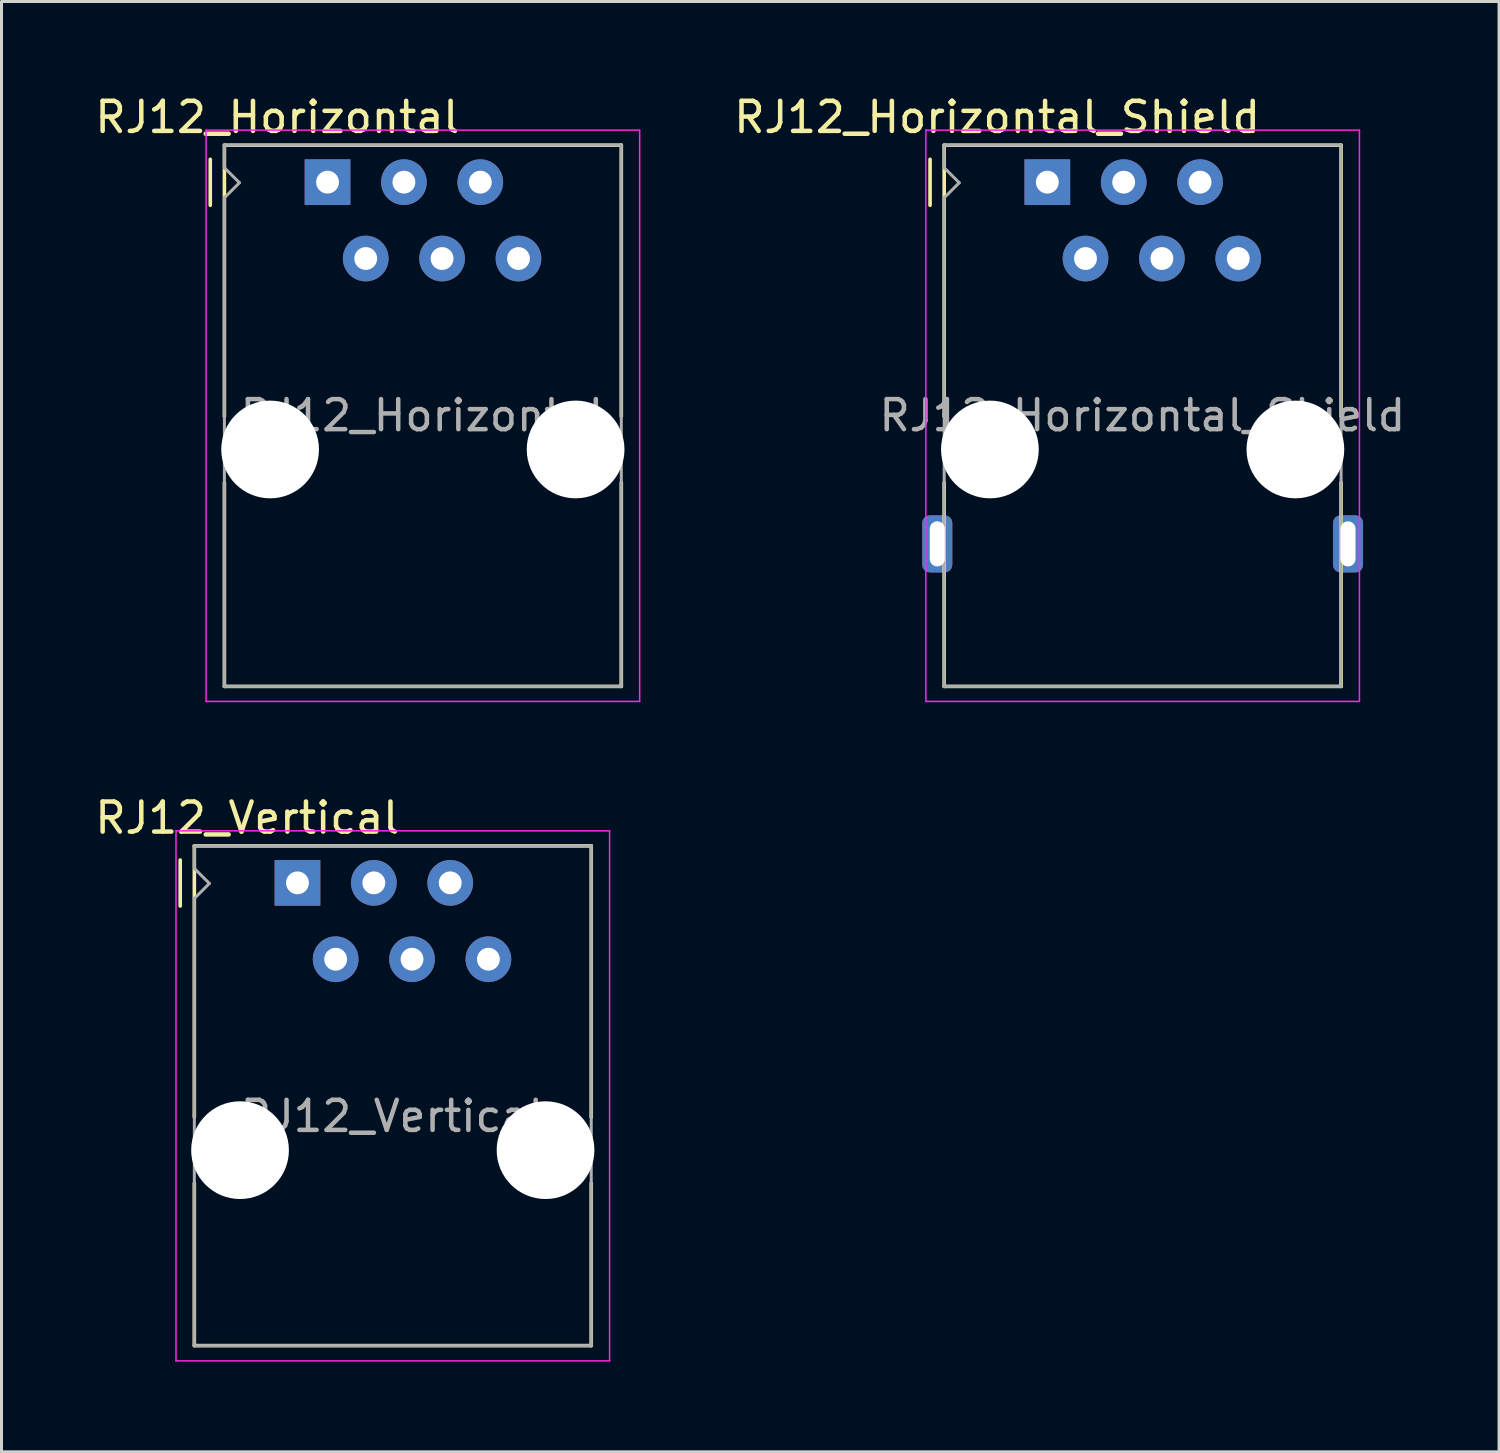
<source format=kicad_pcb>
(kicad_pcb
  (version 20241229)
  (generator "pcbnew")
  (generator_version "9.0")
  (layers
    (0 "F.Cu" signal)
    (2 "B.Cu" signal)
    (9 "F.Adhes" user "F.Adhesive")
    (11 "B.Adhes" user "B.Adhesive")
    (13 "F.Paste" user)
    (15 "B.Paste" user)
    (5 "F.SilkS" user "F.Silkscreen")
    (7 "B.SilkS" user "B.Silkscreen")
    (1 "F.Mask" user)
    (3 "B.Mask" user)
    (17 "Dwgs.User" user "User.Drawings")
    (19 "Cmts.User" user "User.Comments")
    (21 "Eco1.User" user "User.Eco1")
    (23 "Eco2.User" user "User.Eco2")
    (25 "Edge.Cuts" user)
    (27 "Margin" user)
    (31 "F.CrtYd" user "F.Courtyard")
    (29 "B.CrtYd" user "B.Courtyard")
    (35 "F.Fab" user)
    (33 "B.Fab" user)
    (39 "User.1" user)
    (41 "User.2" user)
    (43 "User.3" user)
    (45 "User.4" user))
  (footprint "RJ12_Vertical"
    (layer "F.Cu")
    (at 10.013 34.081)
    (property "Reference" "RJ12_Vertical" (at -4.84 -9.93 0) (layer "F.SilkS") (effects (font (size 1 1) (thickness 0.15))))
    (attr through_hole)
    (fp_line (start -7.07 -7) (end -7.07 -8.53) (stroke (width 0.12) (type solid)) (layer "F.SilkS"))
    (fp_line (start -6.6 -9) (end 6.6 -9) (stroke (width 0.12) (type solid)) (layer "F.SilkS"))
    (fp_line (start -6.6 -0.05) (end -6.6 0.02) (stroke (width 0.1) (type solid)) (layer "F.SilkS"))
    (fp_line (start -6.6 0.02) (end -6.6 -9) (stroke (width 0.12) (type solid)) (layer "F.SilkS"))
    (fp_line (start -6.6 7.62) (end -6.6 2.22) (stroke (width 0.12) (type solid)) (layer "F.SilkS"))
    (fp_line (start 6.6 -9) (end 6.6 0.02) (stroke (width 0.12) (type solid)) (layer "F.SilkS"))
    (fp_line (start 6.6 7.62) (end -6.6 7.62) (stroke (width 0.12) (type solid)) (layer "F.SilkS"))
    (fp_line (start 6.6 7.62) (end 6.6 2.22) (stroke (width 0.12) (type solid)) (layer "F.SilkS"))
    (fp_line (start -7.21 -9.5) (end 7.21 -9.5) (stroke (width 0.05) (type solid)) (layer "F.CrtYd"))
    (fp_line (start -7.21 8.128) (end -7.21 -9.5) (stroke (width 0.05) (type solid)) (layer "F.CrtYd"))
    (fp_line (start 7.21 -9.5) (end 7.21 8.128) (stroke (width 0.05) (type solid)) (layer "F.CrtYd"))
    (fp_line (start 7.21 8.128) (end -7.21 8.128) (stroke (width 0.05) (type solid)) (layer "F.CrtYd"))
    (fp_line (start -6.6 -9) (end 6.6 -9) (stroke (width 0.1) (type solid)) (layer "F.Fab"))
    (fp_line (start -6.6 -8.25) (end -6.6 -9) (stroke (width 0.1) (type solid)) (layer "F.Fab"))
    (fp_line (start -6.6 -7.25) (end -6.1 -7.75) (stroke (width 0.1) (type solid)) (layer "F.Fab"))
    (fp_line (start -6.6 7.62) (end -6.6 -7.25) (stroke (width 0.1) (type solid)) (layer "F.Fab"))
    (fp_line (start -6.1 -7.75) (end -6.6 -8.25) (stroke (width 0.1) (type solid)) (layer "F.Fab"))
    (fp_line (start 6.6 -9) (end 6.6 7.62) (stroke (width 0.1) (type solid)) (layer "F.Fab"))
    (fp_line (start 6.6 7.62) (end -6.6 7.62) (stroke (width 0.1) (type solid)) (layer "F.Fab"))
    (fp_text user "${REFERENCE}" (at -0.01 -0.01 0) (layer "F.Fab") (effects (font (size 1 1) (thickness 0.15))))
    (pad "" np_thru_hole circle (at -5.08 1.12) (size 3.25 3.25) (drill 3.25) (layers "*.Cu" "*.Mask"))
    (pad "" np_thru_hole circle (at 5.08 1.12) (size 3.25 3.25) (drill 3.25) (layers "*.Cu" "*.Mask"))
    (pad "1" thru_hole rect (at -3.17 -7.77) (size 1.52 1.52) (drill 0.76) (layers "*.Cu" "*.Mask"))
    (pad "2" thru_hole circle (at -1.9 -5.23) (size 1.52 1.52) (drill 0.76) (layers "*.Cu" "*.Mask"))
    (pad "3" thru_hole circle (at -0.63 -7.77) (size 1.52 1.52) (drill 0.76) (layers "*.Cu" "*.Mask"))
    (pad "4" thru_hole circle (at 0.64 -5.23) (size 1.52 1.52) (drill 0.76) (layers "*.Cu" "*.Mask"))
    (pad "5" thru_hole circle (at 1.91 -7.77) (size 1.52 1.52) (drill 0.76) (layers "*.Cu" "*.Mask"))
    (pad "6" thru_hole circle (at 3.18 -5.23) (size 1.52 1.52) (drill 0.76) (layers "*.Cu" "*.Mask")))
  (footprint "RJ12_Horizontal_Shield"
    (layer "F.Cu")
    (at 34.951 10.778)
    (property "Reference" "RJ12_Horizontal_Shield" (at -4.84 -9.93 0) (layer "F.SilkS") (effects (font (size 1 1) (thickness 0.15))))
    (attr through_hole)
    (fp_line (start -7.07 -7) (end -7.07 -8.53) (stroke (width 0.12) (type solid)) (layer "F.SilkS"))
    (fp_line (start -6.6 -9) (end 6.6 -9) (stroke (width 0.12) (type solid)) (layer "F.SilkS"))
    (fp_line (start -6.6 -0.05) (end -6.6 0.02) (stroke (width 0.1) (type solid)) (layer "F.SilkS"))
    (fp_line (start -6.6 0.02) (end -6.6 -9) (stroke (width 0.12) (type solid)) (layer "F.SilkS"))
    (fp_line (start -6.6 9) (end -6.6 2.22) (stroke (width 0.12) (type solid)) (layer "F.SilkS"))
    (fp_line (start 6.6 -9) (end 6.6 0.02) (stroke (width 0.12) (type solid)) (layer "F.SilkS"))
    (fp_line (start 6.6 8.88) (end 6.6 9) (stroke (width 0.1) (type solid)) (layer "F.SilkS"))
    (fp_line (start 6.6 8.99) (end 6.6 9) (stroke (width 0.1) (type solid)) (layer "F.SilkS"))
    (fp_line (start 6.6 9) (end -6.6 9) (stroke (width 0.12) (type solid)) (layer "F.SilkS"))
    (fp_line (start 6.6 9) (end 6.6 2.22) (stroke (width 0.12) (type solid)) (layer "F.SilkS"))
    (fp_line (start -7.21 -9.5) (end 7.21 -9.5) (stroke (width 0.05) (type solid)) (layer "F.CrtYd"))
    (fp_line (start -7.21 9.5) (end -7.21 -9.5) (stroke (width 0.05) (type solid)) (layer "F.CrtYd"))
    (fp_line (start 7.21 -9.5) (end 7.21 9.5) (stroke (width 0.05) (type solid)) (layer "F.CrtYd"))
    (fp_line (start 7.21 9.5) (end -7.21 9.5) (stroke (width 0.05) (type solid)) (layer "F.CrtYd"))
    (fp_line (start -6.6 -9) (end 6.6 -9) (stroke (width 0.1) (type solid)) (layer "F.Fab"))
    (fp_line (start -6.6 -8.25) (end -6.6 -9) (stroke (width 0.1) (type solid)) (layer "F.Fab"))
    (fp_line (start -6.6 -7.25) (end -6.1 -7.75) (stroke (width 0.1) (type solid)) (layer "F.Fab"))
    (fp_line (start -6.6 9) (end -6.6 -7.25) (stroke (width 0.1) (type solid)) (layer "F.Fab"))
    (fp_line (start -6.1 -7.75) (end -6.6 -8.25) (stroke (width 0.1) (type solid)) (layer "F.Fab"))
    (fp_line (start 6.6 -9) (end 6.6 9) (stroke (width 0.1) (type solid)) (layer "F.Fab"))
    (fp_line (start 6.6 9) (end -6.6 9) (stroke (width 0.1) (type solid)) (layer "F.Fab"))
    (fp_text user "${REFERENCE}" (at -0.01 -0.01 0) (layer "F.Fab") (effects (font (size 1 1) (thickness 0.15))))
    (pad "" np_thru_hole circle (at -5.08 1.12) (size 3.25 3.25) (drill 3.25) (layers "*.Cu" "*.Mask"))
    (pad "" np_thru_hole circle (at 5.08 1.12) (size 3.25 3.25) (drill 3.25) (layers "*.Cu" "*.Mask"))
    (pad "1" thru_hole rect (at -3.17 -7.77) (size 1.52 1.52) (drill 0.76) (layers "*.Cu" "*.Mask"))
    (pad "2" thru_hole circle (at -1.9 -5.23) (size 1.52 1.52) (drill 0.76) (layers "*.Cu" "*.Mask"))
    (pad "3" thru_hole circle (at -0.63 -7.77) (size 1.52 1.52) (drill 0.76) (layers "*.Cu" "*.Mask"))
    (pad "4" thru_hole circle (at 0.64 -5.23) (size 1.52 1.52) (drill 0.76) (layers "*.Cu" "*.Mask"))
    (pad "5" thru_hole circle (at 1.91 -7.77) (size 1.52 1.52) (drill 0.76) (layers "*.Cu" "*.Mask"))
    (pad "6" thru_hole circle (at 3.18 -5.23) (size 1.52 1.52) (drill 0.76) (layers "*.Cu" "*.Mask"))
    (pad "7" thru_hole roundrect (at -6.83 4.26) (size 1 1.9) (drill oval 0.5 1.5) (layers "*.Cu" "*.Mask") (roundrect_rratio 0.25))
    (pad "7" thru_hole roundrect (at 6.83 4.26) (size 1 1.9) (drill oval 0.5 1.5) (layers "*.Cu" "*.Mask") (roundrect_rratio 0.25)))
  (footprint "RJ12_Horizontal"
    (layer "F.Cu")
    (at 11.013 10.778)
    (property "Reference" "RJ12_Horizontal" (at -4.84 -9.93 0) (layer "F.SilkS") (effects (font (size 1 1) (thickness 0.15))))
    (attr through_hole)
    (fp_line (start -7.07 -7) (end -7.07 -8.53) (stroke (width 0.12) (type solid)) (layer "F.SilkS"))
    (fp_line (start -6.6 -9) (end 6.6 -9) (stroke (width 0.12) (type solid)) (layer "F.SilkS"))
    (fp_line (start -6.6 -0.05) (end -6.6 0.02) (stroke (width 0.1) (type solid)) (layer "F.SilkS"))
    (fp_line (start -6.6 0.02) (end -6.6 -9) (stroke (width 0.12) (type solid)) (layer "F.SilkS"))
    (fp_line (start -6.6 9) (end -6.6 2.22) (stroke (width 0.12) (type solid)) (layer "F.SilkS"))
    (fp_line (start 6.6 -9) (end 6.6 0.02) (stroke (width 0.12) (type solid)) (layer "F.SilkS"))
    (fp_line (start 6.6 8.88) (end 6.6 9) (stroke (width 0.1) (type solid)) (layer "F.SilkS"))
    (fp_line (start 6.6 8.99) (end 6.6 9) (stroke (width 0.1) (type solid)) (layer "F.SilkS"))
    (fp_line (start 6.6 9) (end -6.6 9) (stroke (width 0.12) (type solid)) (layer "F.SilkS"))
    (fp_line (start 6.6 9) (end 6.6 2.22) (stroke (width 0.12) (type solid)) (layer "F.SilkS"))
    (fp_line (start -7.21 -9.5) (end 7.21 -9.5) (stroke (width 0.05) (type solid)) (layer "F.CrtYd"))
    (fp_line (start -7.21 9.5) (end -7.21 -9.5) (stroke (width 0.05) (type solid)) (layer "F.CrtYd"))
    (fp_line (start 7.21 -9.5) (end 7.21 9.5) (stroke (width 0.05) (type solid)) (layer "F.CrtYd"))
    (fp_line (start 7.21 9.5) (end -7.21 9.5) (stroke (width 0.05) (type solid)) (layer "F.CrtYd"))
    (fp_line (start -6.6 -9) (end 6.6 -9) (stroke (width 0.1) (type solid)) (layer "F.Fab"))
    (fp_line (start -6.6 -8.25) (end -6.6 -9) (stroke (width 0.1) (type solid)) (layer "F.Fab"))
    (fp_line (start -6.6 -7.25) (end -6.1 -7.75) (stroke (width 0.1) (type solid)) (layer "F.Fab"))
    (fp_line (start -6.6 9) (end -6.6 -7.25) (stroke (width 0.1) (type solid)) (layer "F.Fab"))
    (fp_line (start -6.1 -7.75) (end -6.6 -8.25) (stroke (width 0.1) (type solid)) (layer "F.Fab"))
    (fp_line (start 6.6 -9) (end 6.6 9) (stroke (width 0.1) (type solid)) (layer "F.Fab"))
    (fp_line (start 6.6 9) (end -6.6 9) (stroke (width 0.1) (type solid)) (layer "F.Fab"))
    (fp_text user "${REFERENCE}" (at -0.01 -0.01 0) (layer "F.Fab") (effects (font (size 1 1) (thickness 0.15))))
    (pad "" np_thru_hole circle (at -5.08 1.12) (size 3.25 3.25) (drill 3.25) (layers "*.Cu" "*.Mask"))
    (pad "" np_thru_hole circle (at 5.08 1.12) (size 3.25 3.25) (drill 3.25) (layers "*.Cu" "*.Mask"))
    (pad "1" thru_hole rect (at -3.17 -7.77) (size 1.52 1.52) (drill 0.76) (layers "*.Cu" "*.Mask"))
    (pad "2" thru_hole circle (at -1.9 -5.23) (size 1.52 1.52) (drill 0.76) (layers "*.Cu" "*.Mask"))
    (pad "3" thru_hole circle (at -0.63 -7.77) (size 1.52 1.52) (drill 0.76) (layers "*.Cu" "*.Mask"))
    (pad "4" thru_hole circle (at 0.64 -5.23) (size 1.52 1.52) (drill 0.76) (layers "*.Cu" "*.Mask"))
    (pad "5" thru_hole circle (at 1.91 -7.77) (size 1.52 1.52) (drill 0.76) (layers "*.Cu" "*.Mask"))
    (pad "6" thru_hole circle (at 3.18 -5.23) (size 1.52 1.52) (drill 0.76) (layers "*.Cu" "*.Mask")))
  (gr_rect
    (start -3 -3)
    (end 46.804 45.234)
    (stroke (width 0.1) (type default))
    (fill no)
    (layer "Edge.Cuts")))
</source>
